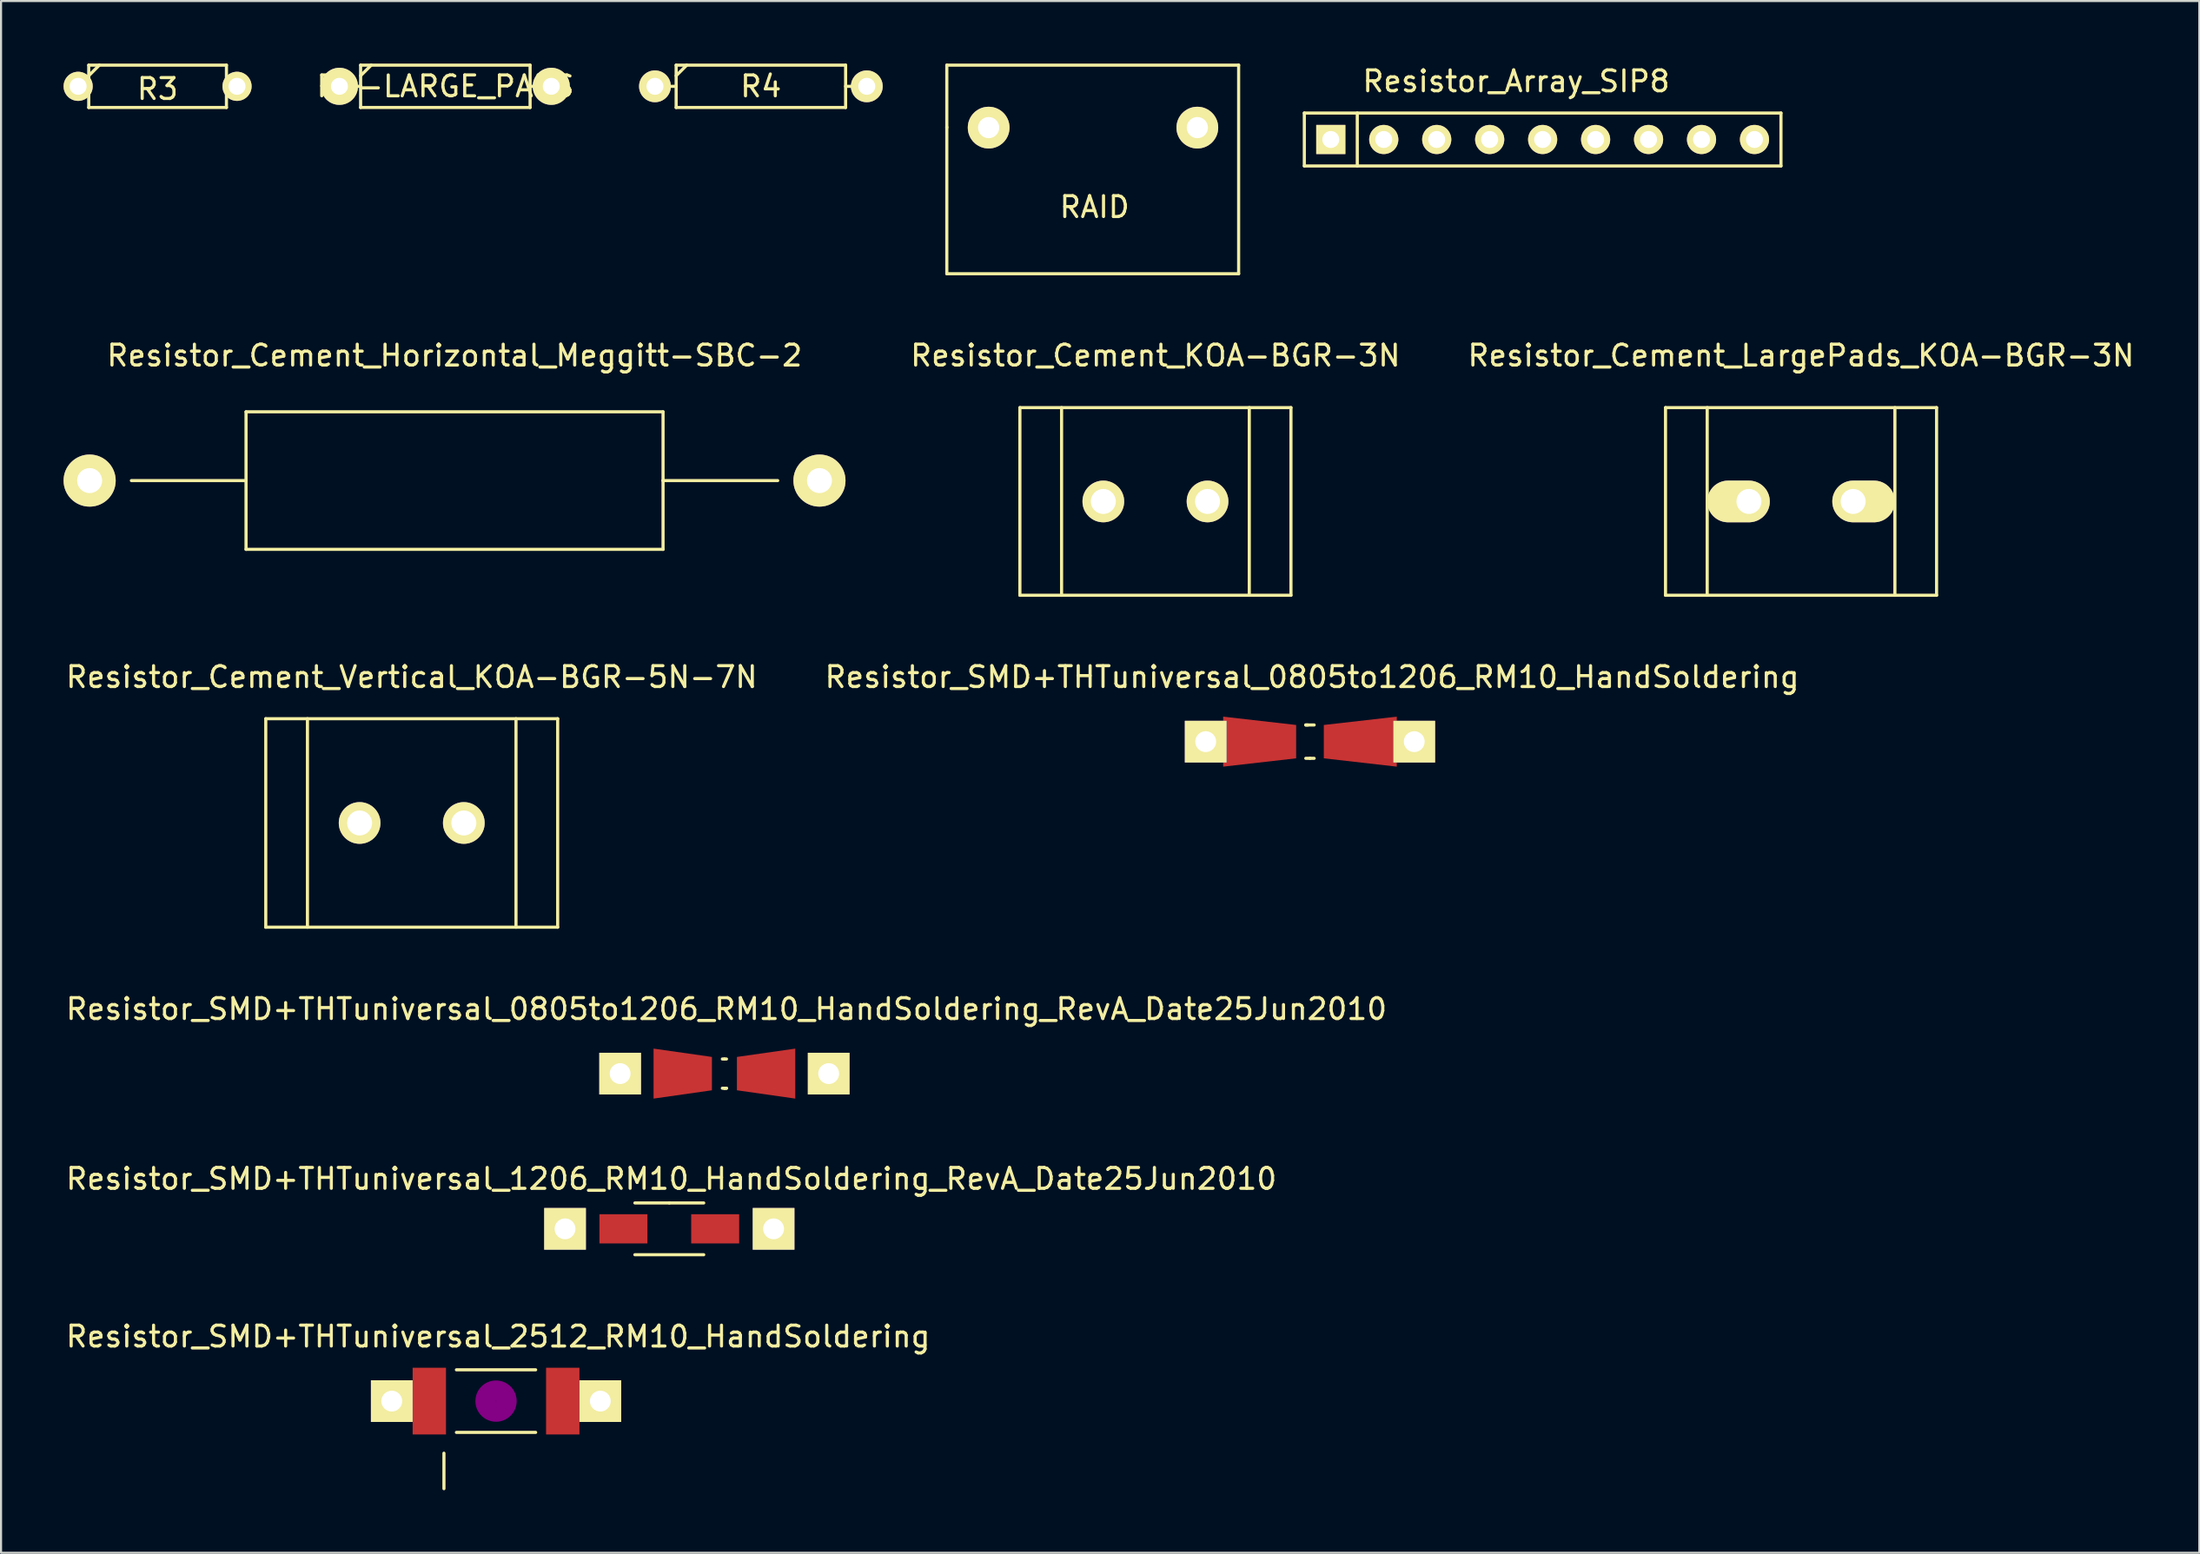
<source format=kicad_pcb>
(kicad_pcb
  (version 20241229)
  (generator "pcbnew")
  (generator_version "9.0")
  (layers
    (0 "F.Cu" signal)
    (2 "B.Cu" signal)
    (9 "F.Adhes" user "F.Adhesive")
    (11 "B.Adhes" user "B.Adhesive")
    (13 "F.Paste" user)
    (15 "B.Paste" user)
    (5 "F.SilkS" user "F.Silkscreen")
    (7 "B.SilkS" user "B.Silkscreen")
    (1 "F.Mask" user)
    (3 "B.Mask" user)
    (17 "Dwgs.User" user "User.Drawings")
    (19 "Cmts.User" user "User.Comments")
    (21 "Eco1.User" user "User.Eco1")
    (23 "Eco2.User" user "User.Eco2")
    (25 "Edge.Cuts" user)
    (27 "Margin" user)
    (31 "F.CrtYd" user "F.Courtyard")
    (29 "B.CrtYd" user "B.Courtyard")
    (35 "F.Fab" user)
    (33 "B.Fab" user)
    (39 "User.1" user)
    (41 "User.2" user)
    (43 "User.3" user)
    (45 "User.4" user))
  (footprint "Resistor_SMD+THTuniversal_0805to1206_RM10_HandSoldering"
    (layer "F.Cu")
    (at 59.776 32.529)
    (property "Reference" "Resistor_SMD+THTuniversal_0805to1206_RM10_HandSoldering" (at 0.099 -3.099 0) (layer "F.SilkS") (effects (font (size 1 1) (thickness 0.15))))
    (attr through_hole)
    (fp_line (start -0.201 -0.8) (end 0.201 -0.8) (stroke (width 0.15) (type solid)) (layer "F.SilkS"))
    (fp_line (start -0.099 -0.8) (end -0.201 -0.8) (stroke (width 0.15) (type solid)) (layer "F.SilkS"))
    (fp_line (start 0 0.8) (end -0.201 0.8) (stroke (width 0.15) (type solid)) (layer "F.SilkS"))
    (fp_line (start 0 0.8) (end 0.201 0.8) (stroke (width 0.15) (type solid)) (layer "F.SilkS"))
    (pad "1" thru_hole rect (at -5.001 0 180) (size 1.999 1.999) (drill 1.001) (layers "*.Cu" "*.Mask" "F.SilkS"))
    (pad "1" smd trapezoid (at -2.413 0) (size 3.5 1.999) (rect_delta 0.399 0) (layers "F.Cu" "F.Mask" "F.Paste"))
    (pad "2" smd trapezoid (at 2.413 0 180) (size 3.5 1.999) (rect_delta 0.399 0) (layers "F.Cu" "F.Mask" "F.Paste"))
    (pad "2" thru_hole rect (at 5.001 0 180) (size 1.999 1.999) (drill 1.001) (layers "*.Cu" "*.Mask" "F.SilkS")))
  (footprint "Resistor_SMD+THTuniversal_0805to1206_RM10_HandSoldering_RevA_Date25Jun2010"
    (layer "F.Cu")
    (at 31.693 48.454)
    (property "Reference" "Resistor_SMD+THTuniversal_0805to1206_RM10_HandSoldering_RevA_Date25Jun2010" (at 0.099 -3.099 0) (layer "F.SilkS") (effects (font (size 1 1) (thickness 0.15))))
    (attr through_hole)
    (fp_line (start 0 -0.701) (end -0.099 -0.701) (stroke (width 0.15) (type solid)) (layer "F.SilkS"))
    (fp_line (start 0 -0.701) (end 0.099 -0.701) (stroke (width 0.15) (type solid)) (layer "F.SilkS"))
    (fp_line (start 0 0.701) (end -0.099 0.701) (stroke (width 0.15) (type solid)) (layer "F.SilkS"))
    (fp_line (start 0 0.701) (end 0.099 0.701) (stroke (width 0.15) (type solid)) (layer "F.SilkS"))
    (fp_line (start 0.099 0.701) (end 0 0.701) (stroke (width 0.15) (type solid)) (layer "F.SilkS"))
    (pad "1" thru_hole rect (at -5.001 0 180) (size 1.999 1.999) (drill 1.001) (layers "*.Cu" "*.Mask" "F.SilkS"))
    (pad "1" smd trapezoid (at -1.999 0) (size 2.799 1.999) (rect_delta 0.399 0) (layers "F.Cu" "F.Mask" "F.Paste"))
    (pad "2" smd trapezoid (at 1.999 0 180) (size 2.799 1.999) (rect_delta 0.399 0) (layers "F.Cu" "F.Mask" "F.Paste"))
    (pad "2" thru_hole rect (at 5.001 0 180) (size 1.999 1.999) (drill 1.001) (layers "*.Cu" "*.Mask" "F.SilkS")))
  (footprint "RAID"
    (layer "F.Cu")
    (at 50.081 4.977)
    (property "Reference" "RAID" (at -0.635 1.905 0) (layer "F.SilkS") (effects (font (size 1 1) (thickness 0.15))))
    (attr through_hole)
    (fp_line (start -7.722 -4.902) (end 6.274 -4.902) (stroke (width 0.15) (type solid)) (layer "F.SilkS"))
    (fp_line (start -7.722 -1.905) (end -7.722 -4.902) (stroke (width 0.15) (type solid)) (layer "F.SilkS"))
    (fp_line (start -7.722 5.105) (end -7.722 -1.93) (stroke (width 0.15) (type solid)) (layer "F.SilkS"))
    (fp_line (start 6.274 -4.902) (end 6.274 5.105) (stroke (width 0.15) (type solid)) (layer "F.SilkS"))
    (fp_line (start 6.274 5.105) (end -7.722 5.105) (stroke (width 0.15) (type solid)) (layer "F.SilkS"))
    (pad "" thru_hole circle (at -5.715 -1.905) (size 2.002 2.002) (drill 1.016) (layers "*.Cu" "*.Mask" "F.SilkS"))
    (pad "" thru_hole circle (at 4.293 -1.905) (size 2.002 2.002) (drill 1.016) (layers "*.Cu" "*.Mask" "F.SilkS")))
  (footprint "Resistor_SMD+THTuniversal_2512_RM10_HandSoldering"
    (layer "F.Cu")
    (at 20.74 64.165)
    (property "Reference" "Resistor_SMD+THTuniversal_2512_RM10_HandSoldering" (at 0.099 -3.099 0) (layer "F.SilkS") (effects (font (size 1 1) (thickness 0.15))))
    (attr through_hole)
    (fp_line (start -2.499 2.499) (end -2.499 4.201) (stroke (width 0.15) (type solid)) (layer "F.SilkS"))
    (fp_line (start 1.9 -1.501) (end -1.9 -1.501) (stroke (width 0.15) (type solid)) (layer "F.SilkS"))
    (fp_line (start 1.9 1.501) (end -1.9 1.501) (stroke (width 0.15) (type solid)) (layer "F.SilkS"))
    (fp_circle (center 0 0) (end 0.201 0) (stroke (width 0.381) (type solid)) (fill no) (layer "F.Adhes"))
    (fp_circle (center 0 0) (end 0.5 0) (stroke (width 0.381) (type solid)) (fill no) (layer "F.Adhes"))
    (fp_circle (center 0 0) (end 0.8 0) (stroke (width 0.381) (type solid)) (fill no) (layer "F.Adhes"))
    (pad "1" thru_hole rect (at -5.001 0 180) (size 1.999 1.999) (drill 1.001) (layers "*.Cu" "*.Mask" "F.SilkS"))
    (pad "1" smd rect (at -3.2 0) (size 1.6 3.2) (layers "F.Cu" "F.Mask" "F.Paste"))
    (pad "2" smd rect (at 3.2 0) (size 1.6 3.2) (layers "F.Cu" "F.Mask" "F.Paste"))
    (pad "2" thru_hole rect (at 5.001 0 180) (size 1.999 1.999) (drill 1.001) (layers "*.Cu" "*.Mask" "F.SilkS")))
  (footprint "Resistor_Cement_Horizontal_Meggitt-SBC-2"
    (layer "F.Cu")
    (at 18.75 20.005)
    (property "Reference" "Resistor_Cement_Horizontal_Meggitt-SBC-2" (at 0 -5.999 0) (layer "F.SilkS") (effects (font (size 1 1) (thickness 0.15))))
    (attr through_hole)
    (fp_line (start -10 -3.299) (end -10 3.299) (stroke (width 0.15) (type solid)) (layer "F.SilkS"))
    (fp_line (start -10 0) (end -15.499 0) (stroke (width 0.15) (type solid)) (layer "F.SilkS"))
    (fp_line (start -10 3.299) (end 10 3.299) (stroke (width 0.15) (type solid)) (layer "F.SilkS"))
    (fp_line (start 10 -3.299) (end -10 -3.299) (stroke (width 0.15) (type solid)) (layer "F.SilkS"))
    (fp_line (start 10 0) (end 10 -3.299) (stroke (width 0.15) (type solid)) (layer "F.SilkS"))
    (fp_line (start 10 0) (end 15.499 0) (stroke (width 0.15) (type solid)) (layer "F.SilkS"))
    (fp_line (start 10 3.299) (end 10 0) (stroke (width 0.15) (type solid)) (layer "F.SilkS"))
    (pad "1" thru_hole circle (at -17.501 0 180) (size 2.499 2.499) (drill 1.199) (layers "*.Cu" "*.Mask" "F.SilkS"))
    (pad "2" thru_hole circle (at 17.501 0 180) (size 2.499 2.499) (drill 1.199) (layers "*.Cu" "*.Mask" "F.SilkS")))
  (footprint "Resistor_Cement_LargePads_KOA-BGR-3N"
    (layer "F.Cu")
    (at 83.328 21.006)
    (property "Reference" "Resistor_Cement_LargePads_KOA-BGR-3N" (at 0 -7 0) (layer "F.SilkS") (effects (font (size 1 1) (thickness 0.15))))
    (attr through_hole)
    (fp_line (start -6.5 -4.501) (end -6.5 4.501) (stroke (width 0.15) (type solid)) (layer "F.SilkS"))
    (fp_line (start -6.5 4.501) (end 6.5 4.501) (stroke (width 0.15) (type solid)) (layer "F.SilkS"))
    (fp_line (start -4.501 -4.501) (end -4.501 4.501) (stroke (width 0.15) (type solid)) (layer "F.SilkS"))
    (fp_line (start 4.501 -4.501) (end 4.501 4.501) (stroke (width 0.15) (type solid)) (layer "F.SilkS"))
    (fp_line (start 6.5 -4.501) (end -6.5 -4.501) (stroke (width 0.15) (type solid)) (layer "F.SilkS"))
    (fp_line (start 6.5 4.501) (end 6.5 -4.501) (stroke (width 0.15) (type solid)) (layer "F.SilkS"))
    (pad "1" thru_hole oval (at -2.499 0) (size 3 1.999) (drill 1.199 (offset -0.5 0)) (layers "*.Cu" "*.Mask" "F.SilkS"))
    (pad "2" thru_hole oval (at 2.499 0 180) (size 3 1.999) (drill 1.199 (offset -0.5 0)) (layers "*.Cu" "*.Mask" "F.SilkS")))
  (footprint "R4-LARGE_PADS"
    (layer "F.Cu")
    (at 18.309 1.091)
    (property "Reference" "R4-LARGE_PADS" (at 0 0 0) (layer "F.SilkS") (effects (font (size 1 1) (thickness 0.15))))
    (attr through_hole)
    (fp_line (start -5.08 0) (end -4.064 0) (stroke (width 0.15) (type solid)) (layer "F.SilkS"))
    (fp_line (start -4.064 -1.016) (end 4.064 -1.016) (stroke (width 0.15) (type solid)) (layer "F.SilkS"))
    (fp_line (start -4.064 -0.508) (end -3.556 -1.016) (stroke (width 0.15) (type solid)) (layer "F.SilkS"))
    (fp_line (start -4.064 0) (end -4.064 -1.016) (stroke (width 0.15) (type solid)) (layer "F.SilkS"))
    (fp_line (start -4.064 1.016) (end -4.064 0) (stroke (width 0.15) (type solid)) (layer "F.SilkS"))
    (fp_line (start 4.064 -1.016) (end 4.064 1.016) (stroke (width 0.15) (type solid)) (layer "F.SilkS"))
    (fp_line (start 4.064 1.016) (end -4.064 1.016) (stroke (width 0.15) (type solid)) (layer "F.SilkS"))
    (fp_line (start 5.08 0) (end 4.064 0) (stroke (width 0.15) (type solid)) (layer "F.SilkS"))
    (pad "1" thru_hole circle (at -5.08 0) (size 1.778 1.778) (drill 0.813) (layers "*.Cu" "*.Mask" "F.SilkS"))
    (pad "2" thru_hole circle (at 5.08 0) (size 1.778 1.778) (drill 0.813) (layers "*.Cu" "*.Mask" "F.SilkS")))
  (footprint "Resistor_Array_SIP8"
    (layer "F.Cu")
    (at 70.935 3.642)
    (property "Reference" "Resistor_Array_SIP8" (at -1.27 -2.794 0) (layer "F.SilkS") (effects (font (size 1 1) (thickness 0.15))))
    (attr through_hole)
    (fp_line (start -11.43 1.27) (end -11.43 -1.27) (stroke (width 0.15) (type solid)) (layer "F.SilkS"))
    (fp_line (start -8.89 -1.27) (end -8.89 1.27) (stroke (width 0.15) (type solid)) (layer "F.SilkS"))
    (fp_line (start 11.43 -1.27) (end -11.43 -1.27) (stroke (width 0.15) (type solid)) (layer "F.SilkS"))
    (fp_line (start 11.43 -1.27) (end 11.43 1.27) (stroke (width 0.15) (type solid)) (layer "F.SilkS"))
    (fp_line (start 11.43 1.27) (end -11.43 1.27) (stroke (width 0.15) (type solid)) (layer "F.SilkS"))
    (pad "1" thru_hole rect (at -10.16 0) (size 1.397 1.397) (drill 0.813) (layers "*.Cu" "*.Mask" "F.SilkS"))
    (pad "2" thru_hole circle (at -7.62 0) (size 1.397 1.397) (drill 0.813) (layers "*.Cu" "*.Mask" "F.SilkS"))
    (pad "3" thru_hole circle (at -5.08 0) (size 1.397 1.397) (drill 0.813) (layers "*.Cu" "*.Mask" "F.SilkS"))
    (pad "4" thru_hole circle (at -2.54 0) (size 1.397 1.397) (drill 0.813) (layers "*.Cu" "*.Mask" "F.SilkS"))
    (pad "5" thru_hole circle (at 0 0) (size 1.397 1.397) (drill 0.813) (layers "*.Cu" "*.Mask" "F.SilkS"))
    (pad "6" thru_hole circle (at 2.54 0) (size 1.397 1.397) (drill 0.813) (layers "*.Cu" "*.Mask" "F.SilkS"))
    (pad "7" thru_hole circle (at 5.08 0) (size 1.397 1.397) (drill 0.813) (layers "*.Cu" "*.Mask" "F.SilkS"))
    (pad "8" thru_hole circle (at 7.62 0) (size 1.397 1.397) (drill 0.813) (layers "*.Cu" "*.Mask" "F.SilkS"))
    (pad "9" thru_hole circle (at 10.16 0) (size 1.397 1.397) (drill 0.813) (layers "*.Cu" "*.Mask" "F.SilkS")))
  (footprint "R3"
    (layer "F.Cu")
    (at 4.508 1.091)
    (property "Reference" "R3" (at 0 0.127 0) (layer "F.SilkS") (effects (font (size 1 1) (thickness 0.15))))
    (attr through_hole)
    (fp_line (start -3.81 0) (end -3.302 0) (stroke (width 0.15) (type solid)) (layer "F.SilkS"))
    (fp_line (start -3.302 -1.016) (end -3.302 1.016) (stroke (width 0.15) (type solid)) (layer "F.SilkS"))
    (fp_line (start -3.302 -0.508) (end -2.794 -1.016) (stroke (width 0.15) (type solid)) (layer "F.SilkS"))
    (fp_line (start -3.302 1.016) (end 3.302 1.016) (stroke (width 0.15) (type solid)) (layer "F.SilkS"))
    (fp_line (start 3.302 -1.016) (end -3.302 -1.016) (stroke (width 0.15) (type solid)) (layer "F.SilkS"))
    (fp_line (start 3.302 0) (end 3.302 -1.016) (stroke (width 0.15) (type solid)) (layer "F.SilkS"))
    (fp_line (start 3.302 1.016) (end 3.302 0) (stroke (width 0.15) (type solid)) (layer "F.SilkS"))
    (fp_line (start 3.81 0) (end 3.302 0) (stroke (width 0.15) (type solid)) (layer "F.SilkS"))
    (pad "1" thru_hole circle (at -3.81 0) (size 1.397 1.397) (drill 0.813) (layers "*.Cu" "*.Mask" "F.SilkS"))
    (pad "2" thru_hole circle (at 3.81 0) (size 1.397 1.397) (drill 0.813) (layers "*.Cu" "*.Mask" "F.SilkS")))
  (footprint "R4"
    (layer "F.Cu")
    (at 33.442 1.091)
    (property "Reference" "R4" (at 0 0 0) (layer "F.SilkS") (effects (font (size 1 1) (thickness 0.15))))
    (attr through_hole)
    (fp_line (start -5.08 0) (end -4.064 0) (stroke (width 0.15) (type solid)) (layer "F.SilkS"))
    (fp_line (start -4.064 -1.016) (end 4.064 -1.016) (stroke (width 0.15) (type solid)) (layer "F.SilkS"))
    (fp_line (start -4.064 -0.508) (end -3.556 -1.016) (stroke (width 0.15) (type solid)) (layer "F.SilkS"))
    (fp_line (start -4.064 0) (end -4.064 -1.016) (stroke (width 0.15) (type solid)) (layer "F.SilkS"))
    (fp_line (start -4.064 1.016) (end -4.064 0) (stroke (width 0.15) (type solid)) (layer "F.SilkS"))
    (fp_line (start 4.064 -1.016) (end 4.064 1.016) (stroke (width 0.15) (type solid)) (layer "F.SilkS"))
    (fp_line (start 4.064 1.016) (end -4.064 1.016) (stroke (width 0.15) (type solid)) (layer "F.SilkS"))
    (fp_line (start 5.08 0) (end 4.064 0) (stroke (width 0.15) (type solid)) (layer "F.SilkS"))
    (pad "1" thru_hole circle (at -5.08 0) (size 1.524 1.524) (drill 0.813) (layers "*.Cu" "*.Mask" "F.SilkS"))
    (pad "2" thru_hole circle (at 5.08 0) (size 1.524 1.524) (drill 0.813) (layers "*.Cu" "*.Mask" "F.SilkS")))
  (footprint "Resistor_Cement_KOA-BGR-3N"
    (layer "F.Cu")
    (at 52.364 21.006)
    (property "Reference" "Resistor_Cement_KOA-BGR-3N" (at 0 -7 0) (layer "F.SilkS") (effects (font (size 1 1) (thickness 0.15))))
    (attr through_hole)
    (fp_line (start -6.5 -4.501) (end -6.5 4.501) (stroke (width 0.15) (type solid)) (layer "F.SilkS"))
    (fp_line (start -6.5 4.501) (end 6.5 4.501) (stroke (width 0.15) (type solid)) (layer "F.SilkS"))
    (fp_line (start -4.501 -4.501) (end -4.501 4.501) (stroke (width 0.15) (type solid)) (layer "F.SilkS"))
    (fp_line (start 4.501 -4.501) (end 4.501 4.501) (stroke (width 0.15) (type solid)) (layer "F.SilkS"))
    (fp_line (start 6.5 -4.501) (end -6.5 -4.501) (stroke (width 0.15) (type solid)) (layer "F.SilkS"))
    (fp_line (start 6.5 4.501) (end 6.5 -4.501) (stroke (width 0.15) (type solid)) (layer "F.SilkS"))
    (pad "1" thru_hole circle (at -2.499 0) (size 1.999 1.999) (drill 1.199) (layers "*.Cu" "*.Mask" "F.SilkS"))
    (pad "2" thru_hole circle (at 2.499 0) (size 1.999 1.999) (drill 1.199) (layers "*.Cu" "*.Mask" "F.SilkS")))
  (footprint "Resistor_SMD+THTuniversal_1206_RM10_HandSoldering_RevA_Date25Jun2010"
    (layer "F.Cu")
    (at 29.05 55.901)
    (property "Reference" "Resistor_SMD+THTuniversal_1206_RM10_HandSoldering_RevA_Date25Jun2010" (at 0.099 -2.4 0) (layer "F.SilkS") (effects (font (size 1 1) (thickness 0.15))))
    (attr through_hole)
    (fp_line (start 0 -1.242) (end -1.651 -1.242) (stroke (width 0.15) (type solid)) (layer "F.SilkS"))
    (fp_line (start 0 -1.242) (end 1.651 -1.242) (stroke (width 0.15) (type solid)) (layer "F.SilkS"))
    (fp_line (start 1.651 1.242) (end -1.651 1.242) (stroke (width 0.15) (type solid)) (layer "F.SilkS"))
    (pad "1" thru_hole rect (at -5.001 0) (size 1.999 1.999) (drill 1.001) (layers "*.Cu" "*.Mask" "F.SilkS"))
    (pad "1" smd rect (at -2.2 0) (size 2.301 1.4) (layers "F.Cu" "F.Mask" "F.Paste"))
    (pad "2" smd rect (at 2.2 0) (size 2.301 1.4) (layers "F.Cu" "F.Mask" "F.Paste"))
    (pad "2" thru_hole rect (at 5.001 0) (size 1.999 1.999) (drill 1.001) (layers "*.Cu" "*.Mask" "F.SilkS")))
  (footprint "Resistor_Cement_Vertical_KOA-BGR-5N-7N"
    (layer "F.Cu")
    (at 16.696 36.43)
    (property "Reference" "Resistor_Cement_Vertical_KOA-BGR-5N-7N" (at 0 -7 0) (layer "F.SilkS") (effects (font (size 1 1) (thickness 0.15))))
    (attr through_hole)
    (fp_line (start -7 -5.001) (end -7 5.001) (stroke (width 0.15) (type solid)) (layer "F.SilkS"))
    (fp_line (start -7 5.001) (end 7 5.001) (stroke (width 0.15) (type solid)) (layer "F.SilkS"))
    (fp_line (start -5.001 -5.001) (end -5.001 5.001) (stroke (width 0.15) (type solid)) (layer "F.SilkS"))
    (fp_line (start 5.001 -5.001) (end 5.001 5.001) (stroke (width 0.15) (type solid)) (layer "F.SilkS"))
    (fp_line (start 7 -5.001) (end -7 -5.001) (stroke (width 0.15) (type solid)) (layer "F.SilkS"))
    (fp_line (start 7 5.001) (end 7 -5.001) (stroke (width 0.15) (type solid)) (layer "F.SilkS"))
    (pad "1" thru_hole circle (at -2.499 0) (size 1.999 1.999) (drill 1.199) (layers "*.Cu" "*.Mask" "F.SilkS"))
    (pad "2" thru_hole circle (at 2.499 0) (size 1.999 1.999) (drill 1.199) (layers "*.Cu" "*.Mask" "F.SilkS")))
  (gr_rect
    (start -3 -3)
    (end 102.429 71.441)
    (stroke (width 0.1) (type default))
    (fill no)
    (layer "Edge.Cuts")))
</source>
